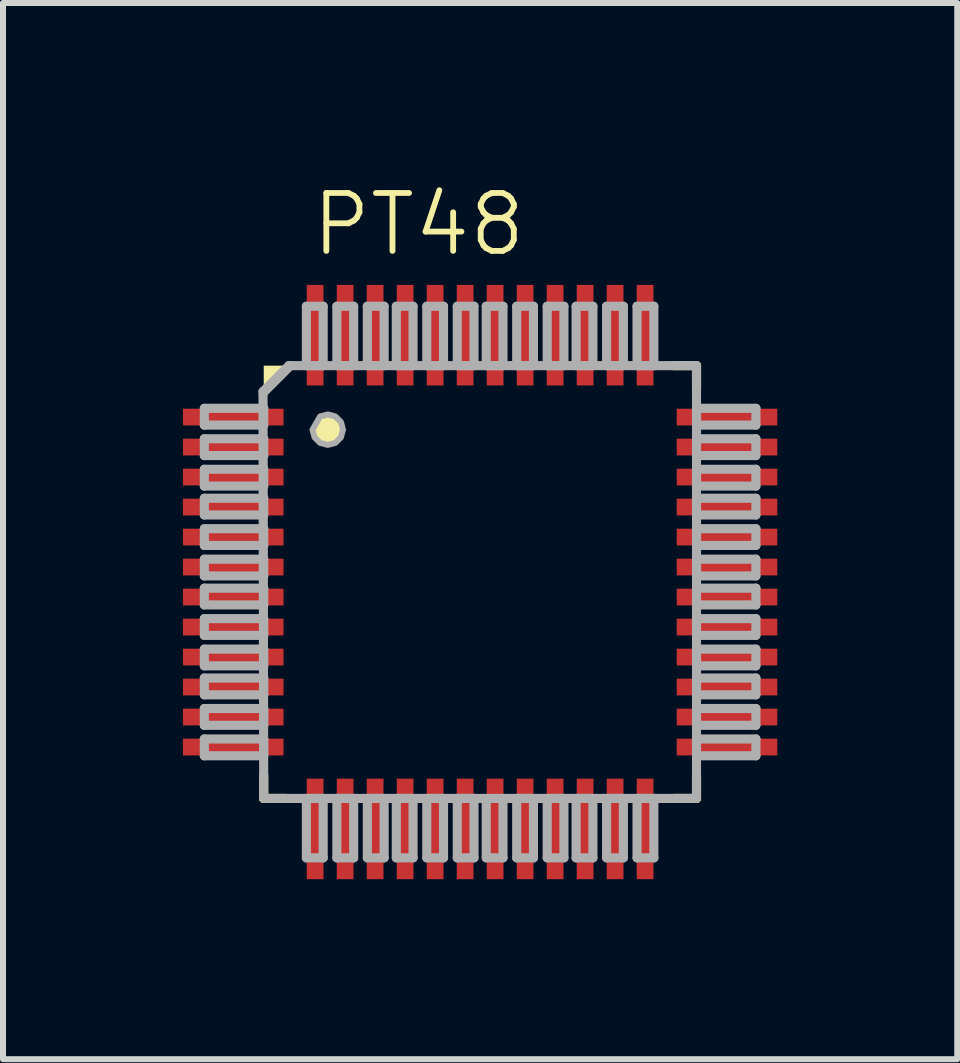
<source format=kicad_pcb>
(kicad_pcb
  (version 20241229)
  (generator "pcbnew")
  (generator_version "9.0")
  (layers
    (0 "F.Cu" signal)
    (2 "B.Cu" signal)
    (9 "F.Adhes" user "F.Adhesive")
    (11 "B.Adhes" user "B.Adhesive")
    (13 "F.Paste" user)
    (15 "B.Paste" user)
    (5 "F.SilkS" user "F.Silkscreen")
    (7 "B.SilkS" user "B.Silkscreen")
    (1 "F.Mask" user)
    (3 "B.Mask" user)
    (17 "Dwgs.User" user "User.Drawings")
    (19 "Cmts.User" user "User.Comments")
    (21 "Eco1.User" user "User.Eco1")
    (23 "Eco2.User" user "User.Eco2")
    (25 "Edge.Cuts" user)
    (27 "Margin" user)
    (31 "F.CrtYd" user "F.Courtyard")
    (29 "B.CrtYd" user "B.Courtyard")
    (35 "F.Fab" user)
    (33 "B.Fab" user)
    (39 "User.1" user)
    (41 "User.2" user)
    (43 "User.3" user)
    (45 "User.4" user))
  (footprint "PT48"
    (layer "F.Cu")
    (at 4.953 6.652)
    (property "Reference" "PT48" (at -2.857 -5.397 180) (layer "F.SilkS") (effects (font (size 0.965 0.965) (thickness 0.097)) (justify left bottom)))
    (attr through_hole)
    (fp_line (start -3.607 3.226) (end -3.607 3.607) (stroke (width 0.152) (type solid)) (layer "F.SilkS"))
    (fp_line (start -3.607 3.607) (end -3.226 3.607) (stroke (width 0.152) (type solid)) (layer "F.SilkS"))
    (fp_line (start 3.226 3.607) (end 3.607 3.607) (stroke (width 0.152) (type solid)) (layer "F.SilkS"))
    (fp_line (start 3.607 -3.607) (end 3.226 -3.607) (stroke (width 0.152) (type solid)) (layer "F.SilkS"))
    (fp_line (start 3.607 -3.226) (end 3.607 -3.607) (stroke (width 0.152) (type solid)) (layer "F.SilkS"))
    (fp_line (start 3.607 3.607) (end 3.607 3.226) (stroke (width 0.152) (type solid)) (layer "F.SilkS"))
    (fp_poly (pts (xy -3.607 -3.607) (xy -3.162 -3.607) (xy -3.607 -3.162)) (stroke (width 0) (type solid)) (fill yes) (layer "F.SilkS"))
    (fp_poly (pts (xy -2.794 -2.54) (xy -2.76 -2.413) (xy -2.667 -2.32) (xy -2.54 -2.286) (xy -2.413 -2.32) (xy -2.32 -2.413) (xy -2.286 -2.54) (xy -2.32 -2.667) (xy -2.413 -2.76) (xy -2.54 -2.794) (xy -2.667 -2.76)) (stroke (width 0) (type solid)) (fill yes) (layer "F.SilkS"))
    (fp_line (start -4.597 -2.896) (end -4.597 -2.616) (stroke (width 0.152) (type solid)) (layer "F.Fab"))
    (fp_line (start -4.597 -2.616) (end -3.607 -2.616) (stroke (width 0.152) (type solid)) (layer "F.Fab"))
    (fp_line (start -4.597 -2.388) (end -4.597 -2.108) (stroke (width 0.152) (type solid)) (layer "F.Fab"))
    (fp_line (start -4.597 -2.108) (end -3.607 -2.108) (stroke (width 0.152) (type solid)) (layer "F.Fab"))
    (fp_line (start -4.597 -1.88) (end -4.597 -1.6) (stroke (width 0.152) (type solid)) (layer "F.Fab"))
    (fp_line (start -4.597 -1.6) (end -3.607 -1.6) (stroke (width 0.152) (type solid)) (layer "F.Fab"))
    (fp_line (start -4.597 -1.397) (end -4.597 -1.118) (stroke (width 0.152) (type solid)) (layer "F.Fab"))
    (fp_line (start -4.597 -1.118) (end -3.607 -1.118) (stroke (width 0.152) (type solid)) (layer "F.Fab"))
    (fp_line (start -4.597 -0.889) (end -4.597 -0.61) (stroke (width 0.152) (type solid)) (layer "F.Fab"))
    (fp_line (start -4.597 -0.61) (end -3.607 -0.61) (stroke (width 0.152) (type solid)) (layer "F.Fab"))
    (fp_line (start -4.597 -0.381) (end -4.597 -0.102) (stroke (width 0.152) (type solid)) (layer "F.Fab"))
    (fp_line (start -4.597 -0.102) (end -3.607 -0.102) (stroke (width 0.152) (type solid)) (layer "F.Fab"))
    (fp_line (start -4.597 0.102) (end -4.597 0.381) (stroke (width 0.152) (type solid)) (layer "F.Fab"))
    (fp_line (start -4.597 0.381) (end -3.607 0.381) (stroke (width 0.152) (type solid)) (layer "F.Fab"))
    (fp_line (start -4.597 0.61) (end -4.597 0.889) (stroke (width 0.152) (type solid)) (layer "F.Fab"))
    (fp_line (start -4.597 0.889) (end -3.607 0.889) (stroke (width 0.152) (type solid)) (layer "F.Fab"))
    (fp_line (start -4.597 1.118) (end -4.597 1.397) (stroke (width 0.152) (type solid)) (layer "F.Fab"))
    (fp_line (start -4.597 1.397) (end -3.607 1.397) (stroke (width 0.152) (type solid)) (layer "F.Fab"))
    (fp_line (start -4.597 1.6) (end -4.597 1.88) (stroke (width 0.152) (type solid)) (layer "F.Fab"))
    (fp_line (start -4.597 1.88) (end -3.607 1.88) (stroke (width 0.152) (type solid)) (layer "F.Fab"))
    (fp_line (start -4.597 2.108) (end -4.597 2.388) (stroke (width 0.152) (type solid)) (layer "F.Fab"))
    (fp_line (start -4.597 2.388) (end -3.607 2.388) (stroke (width 0.152) (type solid)) (layer "F.Fab"))
    (fp_line (start -4.597 2.616) (end -4.597 2.896) (stroke (width 0.152) (type solid)) (layer "F.Fab"))
    (fp_line (start -4.597 2.896) (end -3.607 2.896) (stroke (width 0.152) (type solid)) (layer "F.Fab"))
    (fp_line (start -3.619 -3.175) (end -3.607 3.607) (stroke (width 0.152) (type solid)) (layer "F.Fab"))
    (fp_line (start -3.607 -2.896) (end -4.597 -2.896) (stroke (width 0.152) (type solid)) (layer "F.Fab"))
    (fp_line (start -3.607 -2.616) (end -3.607 -2.896) (stroke (width 0.152) (type solid)) (layer "F.Fab"))
    (fp_line (start -3.607 -2.388) (end -4.597 -2.388) (stroke (width 0.152) (type solid)) (layer "F.Fab"))
    (fp_line (start -3.607 -2.108) (end -3.607 -2.388) (stroke (width 0.152) (type solid)) (layer "F.Fab"))
    (fp_line (start -3.607 -1.88) (end -4.597 -1.88) (stroke (width 0.152) (type solid)) (layer "F.Fab"))
    (fp_line (start -3.607 -1.6) (end -3.607 -1.88) (stroke (width 0.152) (type solid)) (layer "F.Fab"))
    (fp_line (start -3.607 -1.397) (end -4.597 -1.397) (stroke (width 0.152) (type solid)) (layer "F.Fab"))
    (fp_line (start -3.607 -1.118) (end -3.607 -1.397) (stroke (width 0.152) (type solid)) (layer "F.Fab"))
    (fp_line (start -3.607 -0.889) (end -4.597 -0.889) (stroke (width 0.152) (type solid)) (layer "F.Fab"))
    (fp_line (start -3.607 -0.61) (end -3.607 -0.889) (stroke (width 0.152) (type solid)) (layer "F.Fab"))
    (fp_line (start -3.607 -0.381) (end -4.597 -0.381) (stroke (width 0.152) (type solid)) (layer "F.Fab"))
    (fp_line (start -3.607 -0.102) (end -3.607 -0.381) (stroke (width 0.152) (type solid)) (layer "F.Fab"))
    (fp_line (start -3.607 0.102) (end -4.597 0.102) (stroke (width 0.152) (type solid)) (layer "F.Fab"))
    (fp_line (start -3.607 0.381) (end -3.607 0.102) (stroke (width 0.152) (type solid)) (layer "F.Fab"))
    (fp_line (start -3.607 0.61) (end -4.597 0.61) (stroke (width 0.152) (type solid)) (layer "F.Fab"))
    (fp_line (start -3.607 0.889) (end -3.607 0.61) (stroke (width 0.152) (type solid)) (layer "F.Fab"))
    (fp_line (start -3.607 1.118) (end -4.597 1.118) (stroke (width 0.152) (type solid)) (layer "F.Fab"))
    (fp_line (start -3.607 1.397) (end -3.607 1.118) (stroke (width 0.152) (type solid)) (layer "F.Fab"))
    (fp_line (start -3.607 1.6) (end -4.597 1.6) (stroke (width 0.152) (type solid)) (layer "F.Fab"))
    (fp_line (start -3.607 1.88) (end -3.607 1.6) (stroke (width 0.152) (type solid)) (layer "F.Fab"))
    (fp_line (start -3.607 2.108) (end -4.597 2.108) (stroke (width 0.152) (type solid)) (layer "F.Fab"))
    (fp_line (start -3.607 2.388) (end -3.607 2.108) (stroke (width 0.152) (type solid)) (layer "F.Fab"))
    (fp_line (start -3.607 2.616) (end -4.597 2.616) (stroke (width 0.152) (type solid)) (layer "F.Fab"))
    (fp_line (start -3.607 2.896) (end -3.607 2.616) (stroke (width 0.152) (type solid)) (layer "F.Fab"))
    (fp_line (start -3.607 3.607) (end 3.607 3.607) (stroke (width 0.152) (type solid)) (layer "F.Fab"))
    (fp_line (start -3.188 -3.607) (end -3.619 -3.175) (stroke (width 0.152) (type solid)) (layer "F.Fab"))
    (fp_line (start -3.162 -3.607) (end -3.607 -3.162) (stroke (width 0.152) (type solid)) (layer "F.Fab"))
    (fp_line (start -3.162 -3.607) (end -3.188 -3.607) (stroke (width 0.152) (type solid)) (layer "F.Fab"))
    (fp_line (start -2.896 -4.597) (end -2.896 -3.607) (stroke (width 0.152) (type solid)) (layer "F.Fab"))
    (fp_line (start -2.896 -3.607) (end -2.616 -3.607) (stroke (width 0.152) (type solid)) (layer "F.Fab"))
    (fp_line (start -2.896 3.607) (end -2.896 4.597) (stroke (width 0.152) (type solid)) (layer "F.Fab"))
    (fp_line (start -2.896 4.597) (end -2.616 4.597) (stroke (width 0.152) (type solid)) (layer "F.Fab"))
    (fp_line (start -2.616 -4.597) (end -2.896 -4.597) (stroke (width 0.152) (type solid)) (layer "F.Fab"))
    (fp_line (start -2.616 -3.607) (end -2.616 -4.597) (stroke (width 0.152) (type solid)) (layer "F.Fab"))
    (fp_line (start -2.616 3.607) (end -2.896 3.607) (stroke (width 0.152) (type solid)) (layer "F.Fab"))
    (fp_line (start -2.616 4.597) (end -2.616 3.607) (stroke (width 0.152) (type solid)) (layer "F.Fab"))
    (fp_line (start -2.388 -4.597) (end -2.388 -3.607) (stroke (width 0.152) (type solid)) (layer "F.Fab"))
    (fp_line (start -2.388 -3.607) (end -2.108 -3.607) (stroke (width 0.152) (type solid)) (layer "F.Fab"))
    (fp_line (start -2.388 3.607) (end -2.388 4.597) (stroke (width 0.152) (type solid)) (layer "F.Fab"))
    (fp_line (start -2.388 4.597) (end -2.108 4.597) (stroke (width 0.152) (type solid)) (layer "F.Fab"))
    (fp_line (start -2.108 -4.597) (end -2.388 -4.597) (stroke (width 0.152) (type solid)) (layer "F.Fab"))
    (fp_line (start -2.108 -3.607) (end -2.108 -4.597) (stroke (width 0.152) (type solid)) (layer "F.Fab"))
    (fp_line (start -2.108 3.607) (end -2.388 3.607) (stroke (width 0.152) (type solid)) (layer "F.Fab"))
    (fp_line (start -2.108 4.597) (end -2.108 3.607) (stroke (width 0.152) (type solid)) (layer "F.Fab"))
    (fp_line (start -1.88 -4.597) (end -1.88 -3.607) (stroke (width 0.152) (type solid)) (layer "F.Fab"))
    (fp_line (start -1.88 -3.607) (end -1.6 -3.607) (stroke (width 0.152) (type solid)) (layer "F.Fab"))
    (fp_line (start -1.88 3.607) (end -1.88 4.597) (stroke (width 0.152) (type solid)) (layer "F.Fab"))
    (fp_line (start -1.88 4.597) (end -1.6 4.597) (stroke (width 0.152) (type solid)) (layer "F.Fab"))
    (fp_line (start -1.6 -4.597) (end -1.88 -4.597) (stroke (width 0.152) (type solid)) (layer "F.Fab"))
    (fp_line (start -1.6 -3.607) (end -1.6 -4.597) (stroke (width 0.152) (type solid)) (layer "F.Fab"))
    (fp_line (start -1.6 3.607) (end -1.88 3.607) (stroke (width 0.152) (type solid)) (layer "F.Fab"))
    (fp_line (start -1.6 4.597) (end -1.6 3.607) (stroke (width 0.152) (type solid)) (layer "F.Fab"))
    (fp_line (start -1.397 -4.597) (end -1.397 -3.607) (stroke (width 0.152) (type solid)) (layer "F.Fab"))
    (fp_line (start -1.397 -3.607) (end -1.118 -3.607) (stroke (width 0.152) (type solid)) (layer "F.Fab"))
    (fp_line (start -1.397 3.607) (end -1.397 4.597) (stroke (width 0.152) (type solid)) (layer "F.Fab"))
    (fp_line (start -1.397 4.597) (end -1.118 4.597) (stroke (width 0.152) (type solid)) (layer "F.Fab"))
    (fp_line (start -1.118 -4.597) (end -1.397 -4.597) (stroke (width 0.152) (type solid)) (layer "F.Fab"))
    (fp_line (start -1.118 -3.607) (end -1.118 -4.597) (stroke (width 0.152) (type solid)) (layer "F.Fab"))
    (fp_line (start -1.118 3.607) (end -1.397 3.607) (stroke (width 0.152) (type solid)) (layer "F.Fab"))
    (fp_line (start -1.118 4.597) (end -1.118 3.607) (stroke (width 0.152) (type solid)) (layer "F.Fab"))
    (fp_line (start -0.889 -4.597) (end -0.889 -3.607) (stroke (width 0.152) (type solid)) (layer "F.Fab"))
    (fp_line (start -0.889 -3.607) (end -0.61 -3.607) (stroke (width 0.152) (type solid)) (layer "F.Fab"))
    (fp_line (start -0.889 3.607) (end -0.889 4.597) (stroke (width 0.152) (type solid)) (layer "F.Fab"))
    (fp_line (start -0.889 4.597) (end -0.61 4.597) (stroke (width 0.152) (type solid)) (layer "F.Fab"))
    (fp_line (start -0.61 -4.597) (end -0.889 -4.597) (stroke (width 0.152) (type solid)) (layer "F.Fab"))
    (fp_line (start -0.61 -3.607) (end -0.61 -4.597) (stroke (width 0.152) (type solid)) (layer "F.Fab"))
    (fp_line (start -0.61 3.607) (end -0.889 3.607) (stroke (width 0.152) (type solid)) (layer "F.Fab"))
    (fp_line (start -0.61 4.597) (end -0.61 3.607) (stroke (width 0.152) (type solid)) (layer "F.Fab"))
    (fp_line (start -0.381 -4.597) (end -0.381 -3.607) (stroke (width 0.152) (type solid)) (layer "F.Fab"))
    (fp_line (start -0.381 -3.607) (end -0.102 -3.607) (stroke (width 0.152) (type solid)) (layer "F.Fab"))
    (fp_line (start -0.381 3.607) (end -0.381 4.597) (stroke (width 0.152) (type solid)) (layer "F.Fab"))
    (fp_line (start -0.381 4.597) (end -0.102 4.597) (stroke (width 0.152) (type solid)) (layer "F.Fab"))
    (fp_line (start -0.102 -4.597) (end -0.381 -4.597) (stroke (width 0.152) (type solid)) (layer "F.Fab"))
    (fp_line (start -0.102 -3.607) (end -0.102 -4.597) (stroke (width 0.152) (type solid)) (layer "F.Fab"))
    (fp_line (start -0.102 3.607) (end -0.381 3.607) (stroke (width 0.152) (type solid)) (layer "F.Fab"))
    (fp_line (start -0.102 4.597) (end -0.102 3.607) (stroke (width 0.152) (type solid)) (layer "F.Fab"))
    (fp_line (start 0.102 -4.597) (end 0.102 -3.607) (stroke (width 0.152) (type solid)) (layer "F.Fab"))
    (fp_line (start 0.102 -3.607) (end 0.381 -3.607) (stroke (width 0.152) (type solid)) (layer "F.Fab"))
    (fp_line (start 0.102 3.607) (end 0.102 4.597) (stroke (width 0.152) (type solid)) (layer "F.Fab"))
    (fp_line (start 0.102 4.597) (end 0.381 4.597) (stroke (width 0.152) (type solid)) (layer "F.Fab"))
    (fp_line (start 0.381 -4.597) (end 0.102 -4.597) (stroke (width 0.152) (type solid)) (layer "F.Fab"))
    (fp_line (start 0.381 -3.607) (end 0.381 -4.597) (stroke (width 0.152) (type solid)) (layer "F.Fab"))
    (fp_line (start 0.381 4.597) (end 0.381 3.607) (stroke (width 0.152) (type solid)) (layer "F.Fab"))
    (fp_line (start 0.61 -4.597) (end 0.61 -3.607) (stroke (width 0.152) (type solid)) (layer "F.Fab"))
    (fp_line (start 0.61 -3.607) (end 0.889 -3.607) (stroke (width 0.152) (type solid)) (layer "F.Fab"))
    (fp_line (start 0.61 3.607) (end 0.61 4.597) (stroke (width 0.152) (type solid)) (layer "F.Fab"))
    (fp_line (start 0.61 4.597) (end 0.889 4.597) (stroke (width 0.152) (type solid)) (layer "F.Fab"))
    (fp_line (start 0.889 -4.597) (end 0.61 -4.597) (stroke (width 0.152) (type solid)) (layer "F.Fab"))
    (fp_line (start 0.889 -3.607) (end 0.889 -4.597) (stroke (width 0.152) (type solid)) (layer "F.Fab"))
    (fp_line (start 0.889 3.607) (end 0.61 3.607) (stroke (width 0.152) (type solid)) (layer "F.Fab"))
    (fp_line (start 0.889 4.597) (end 0.889 3.607) (stroke (width 0.152) (type solid)) (layer "F.Fab"))
    (fp_line (start 1.118 -4.597) (end 1.118 -3.607) (stroke (width 0.152) (type solid)) (layer "F.Fab"))
    (fp_line (start 1.118 -3.607) (end 1.397 -3.607) (stroke (width 0.152) (type solid)) (layer "F.Fab"))
    (fp_line (start 1.118 3.607) (end 1.118 4.597) (stroke (width 0.152) (type solid)) (layer "F.Fab"))
    (fp_line (start 1.118 4.597) (end 1.397 4.597) (stroke (width 0.152) (type solid)) (layer "F.Fab"))
    (fp_line (start 1.397 -4.597) (end 1.118 -4.597) (stroke (width 0.152) (type solid)) (layer "F.Fab"))
    (fp_line (start 1.397 -3.607) (end 1.397 -4.597) (stroke (width 0.152) (type solid)) (layer "F.Fab"))
    (fp_line (start 1.397 3.607) (end 1.118 3.607) (stroke (width 0.152) (type solid)) (layer "F.Fab"))
    (fp_line (start 1.397 4.597) (end 1.397 3.607) (stroke (width 0.152) (type solid)) (layer "F.Fab"))
    (fp_line (start 1.6 -4.597) (end 1.6 -3.607) (stroke (width 0.152) (type solid)) (layer "F.Fab"))
    (fp_line (start 1.6 -3.607) (end 1.88 -3.607) (stroke (width 0.152) (type solid)) (layer "F.Fab"))
    (fp_line (start 1.6 3.607) (end 1.6 4.597) (stroke (width 0.152) (type solid)) (layer "F.Fab"))
    (fp_line (start 1.6 4.597) (end 1.88 4.597) (stroke (width 0.152) (type solid)) (layer "F.Fab"))
    (fp_line (start 1.88 -4.597) (end 1.6 -4.597) (stroke (width 0.152) (type solid)) (layer "F.Fab"))
    (fp_line (start 1.88 -3.607) (end 1.88 -4.597) (stroke (width 0.152) (type solid)) (layer "F.Fab"))
    (fp_line (start 1.88 3.607) (end 1.6 3.607) (stroke (width 0.152) (type solid)) (layer "F.Fab"))
    (fp_line (start 1.88 4.597) (end 1.88 3.607) (stroke (width 0.152) (type solid)) (layer "F.Fab"))
    (fp_line (start 2.108 -4.597) (end 2.108 -3.607) (stroke (width 0.152) (type solid)) (layer "F.Fab"))
    (fp_line (start 2.108 -3.607) (end 2.388 -3.607) (stroke (width 0.152) (type solid)) (layer "F.Fab"))
    (fp_line (start 2.108 3.607) (end 2.108 4.597) (stroke (width 0.152) (type solid)) (layer "F.Fab"))
    (fp_line (start 2.108 4.597) (end 2.388 4.597) (stroke (width 0.152) (type solid)) (layer "F.Fab"))
    (fp_line (start 2.388 -4.597) (end 2.108 -4.597) (stroke (width 0.152) (type solid)) (layer "F.Fab"))
    (fp_line (start 2.388 -3.607) (end 2.388 -4.597) (stroke (width 0.152) (type solid)) (layer "F.Fab"))
    (fp_line (start 2.388 3.607) (end 2.108 3.607) (stroke (width 0.152) (type solid)) (layer "F.Fab"))
    (fp_line (start 2.388 4.597) (end 2.388 3.607) (stroke (width 0.152) (type solid)) (layer "F.Fab"))
    (fp_line (start 2.616 -4.597) (end 2.616 -3.607) (stroke (width 0.152) (type solid)) (layer "F.Fab"))
    (fp_line (start 2.616 -3.607) (end 2.896 -3.607) (stroke (width 0.152) (type solid)) (layer "F.Fab"))
    (fp_line (start 2.616 3.607) (end 2.616 4.597) (stroke (width 0.152) (type solid)) (layer "F.Fab"))
    (fp_line (start 2.616 4.597) (end 2.896 4.597) (stroke (width 0.152) (type solid)) (layer "F.Fab"))
    (fp_line (start 2.896 -4.597) (end 2.616 -4.597) (stroke (width 0.152) (type solid)) (layer "F.Fab"))
    (fp_line (start 2.896 -3.607) (end 2.896 -4.597) (stroke (width 0.152) (type solid)) (layer "F.Fab"))
    (fp_line (start 2.896 3.607) (end 2.616 3.607) (stroke (width 0.152) (type solid)) (layer "F.Fab"))
    (fp_line (start 2.896 4.597) (end 2.896 3.607) (stroke (width 0.152) (type solid)) (layer "F.Fab"))
    (fp_line (start 3.607 -3.607) (end -3.162 -3.607) (stroke (width 0.152) (type solid)) (layer "F.Fab"))
    (fp_line (start 3.607 -2.896) (end 3.607 -2.616) (stroke (width 0.152) (type solid)) (layer "F.Fab"))
    (fp_line (start 3.607 -2.616) (end 4.597 -2.616) (stroke (width 0.152) (type solid)) (layer "F.Fab"))
    (fp_line (start 3.607 -2.388) (end 3.607 -2.108) (stroke (width 0.152) (type solid)) (layer "F.Fab"))
    (fp_line (start 3.607 -2.108) (end 4.597 -2.108) (stroke (width 0.152) (type solid)) (layer "F.Fab"))
    (fp_line (start 3.607 -1.88) (end 3.607 -1.6) (stroke (width 0.152) (type solid)) (layer "F.Fab"))
    (fp_line (start 3.607 -1.6) (end 4.597 -1.6) (stroke (width 0.152) (type solid)) (layer "F.Fab"))
    (fp_line (start 3.607 -1.397) (end 3.607 -1.118) (stroke (width 0.152) (type solid)) (layer "F.Fab"))
    (fp_line (start 3.607 -1.118) (end 4.597 -1.118) (stroke (width 0.152) (type solid)) (layer "F.Fab"))
    (fp_line (start 3.607 -0.889) (end 3.607 -0.61) (stroke (width 0.152) (type solid)) (layer "F.Fab"))
    (fp_line (start 3.607 -0.61) (end 4.597 -0.61) (stroke (width 0.152) (type solid)) (layer "F.Fab"))
    (fp_line (start 3.607 -0.381) (end 3.607 -0.102) (stroke (width 0.152) (type solid)) (layer "F.Fab"))
    (fp_line (start 3.607 -0.102) (end 4.597 -0.102) (stroke (width 0.152) (type solid)) (layer "F.Fab"))
    (fp_line (start 3.607 0.102) (end 3.607 0.381) (stroke (width 0.152) (type solid)) (layer "F.Fab"))
    (fp_line (start 3.607 0.381) (end 4.597 0.381) (stroke (width 0.152) (type solid)) (layer "F.Fab"))
    (fp_line (start 3.607 0.61) (end 3.607 0.889) (stroke (width 0.152) (type solid)) (layer "F.Fab"))
    (fp_line (start 3.607 0.889) (end 4.597 0.889) (stroke (width 0.152) (type solid)) (layer "F.Fab"))
    (fp_line (start 3.607 1.118) (end 3.607 1.397) (stroke (width 0.152) (type solid)) (layer "F.Fab"))
    (fp_line (start 3.607 1.397) (end 4.597 1.397) (stroke (width 0.152) (type solid)) (layer "F.Fab"))
    (fp_line (start 3.607 1.6) (end 3.607 1.88) (stroke (width 0.152) (type solid)) (layer "F.Fab"))
    (fp_line (start 3.607 1.88) (end 4.597 1.88) (stroke (width 0.152) (type solid)) (layer "F.Fab"))
    (fp_line (start 3.607 2.108) (end 3.607 2.388) (stroke (width 0.152) (type solid)) (layer "F.Fab"))
    (fp_line (start 3.607 2.388) (end 4.597 2.388) (stroke (width 0.152) (type solid)) (layer "F.Fab"))
    (fp_line (start 3.607 2.616) (end 3.607 2.896) (stroke (width 0.152) (type solid)) (layer "F.Fab"))
    (fp_line (start 3.607 2.896) (end 4.597 2.896) (stroke (width 0.152) (type solid)) (layer "F.Fab"))
    (fp_line (start 3.607 3.607) (end 3.607 -3.607) (stroke (width 0.152) (type solid)) (layer "F.Fab"))
    (fp_line (start 4.597 -2.896) (end 3.607 -2.896) (stroke (width 0.152) (type solid)) (layer "F.Fab"))
    (fp_line (start 4.597 -2.616) (end 4.597 -2.896) (stroke (width 0.152) (type solid)) (layer "F.Fab"))
    (fp_line (start 4.597 -2.388) (end 3.607 -2.388) (stroke (width 0.152) (type solid)) (layer "F.Fab"))
    (fp_line (start 4.597 -2.108) (end 4.597 -2.388) (stroke (width 0.152) (type solid)) (layer "F.Fab"))
    (fp_line (start 4.597 -1.88) (end 3.607 -1.88) (stroke (width 0.152) (type solid)) (layer "F.Fab"))
    (fp_line (start 4.597 -1.6) (end 4.597 -1.88) (stroke (width 0.152) (type solid)) (layer "F.Fab"))
    (fp_line (start 4.597 -1.397) (end 3.607 -1.397) (stroke (width 0.152) (type solid)) (layer "F.Fab"))
    (fp_line (start 4.597 -1.118) (end 4.597 -1.397) (stroke (width 0.152) (type solid)) (layer "F.Fab"))
    (fp_line (start 4.597 -0.889) (end 3.607 -0.889) (stroke (width 0.152) (type solid)) (layer "F.Fab"))
    (fp_line (start 4.597 -0.61) (end 4.597 -0.889) (stroke (width 0.152) (type solid)) (layer "F.Fab"))
    (fp_line (start 4.597 -0.381) (end 3.607 -0.381) (stroke (width 0.152) (type solid)) (layer "F.Fab"))
    (fp_line (start 4.597 -0.102) (end 4.597 -0.381) (stroke (width 0.152) (type solid)) (layer "F.Fab"))
    (fp_line (start 4.597 0.102) (end 3.607 0.102) (stroke (width 0.152) (type solid)) (layer "F.Fab"))
    (fp_line (start 4.597 0.381) (end 4.597 0.102) (stroke (width 0.152) (type solid)) (layer "F.Fab"))
    (fp_line (start 4.597 0.61) (end 3.607 0.61) (stroke (width 0.152) (type solid)) (layer "F.Fab"))
    (fp_line (start 4.597 0.889) (end 4.597 0.61) (stroke (width 0.152) (type solid)) (layer "F.Fab"))
    (fp_line (start 4.597 1.118) (end 3.607 1.118) (stroke (width 0.152) (type solid)) (layer "F.Fab"))
    (fp_line (start 4.597 1.397) (end 4.597 1.118) (stroke (width 0.152) (type solid)) (layer "F.Fab"))
    (fp_line (start 4.597 1.6) (end 3.607 1.6) (stroke (width 0.152) (type solid)) (layer "F.Fab"))
    (fp_line (start 4.597 1.88) (end 4.597 1.6) (stroke (width 0.152) (type solid)) (layer "F.Fab"))
    (fp_line (start 4.597 2.108) (end 3.607 2.108) (stroke (width 0.152) (type solid)) (layer "F.Fab"))
    (fp_line (start 4.597 2.388) (end 4.597 2.108) (stroke (width 0.152) (type solid)) (layer "F.Fab"))
    (fp_line (start 4.597 2.616) (end 3.607 2.616) (stroke (width 0.152) (type solid)) (layer "F.Fab"))
    (fp_line (start 4.597 2.896) (end 4.597 2.616) (stroke (width 0.152) (type solid)) (layer "F.Fab"))
    (fp_poly (pts (xy -2.794 -2.54) (xy -2.76 -2.413) (xy -2.667 -2.32) (xy -2.54 -2.286) (xy -2.413 -2.32) (xy -2.32 -2.413) (xy -2.286 -2.54) (xy -2.32 -2.667) (xy -2.413 -2.76) (xy -2.54 -2.794) (xy -2.667 -2.76)) (stroke (width 0.1) (type solid)) (fill no) (layer "F.Fab"))
    (pad "1" smd rect (at -4.115 -2.75 270) (size 0.279 1.676) (layers "F.Cu" "F.Mask" "F.Paste"))
    (pad "2" smd rect (at -4.115 -2.25 270) (size 0.279 1.676) (layers "F.Cu" "F.Mask" "F.Paste"))
    (pad "3" smd rect (at -4.115 -1.75 270) (size 0.279 1.676) (layers "F.Cu" "F.Mask" "F.Paste"))
    (pad "4" smd rect (at -4.115 -1.25 270) (size 0.279 1.676) (layers "F.Cu" "F.Mask" "F.Paste"))
    (pad "5" smd rect (at -4.115 -0.75 270) (size 0.279 1.676) (layers "F.Cu" "F.Mask" "F.Paste"))
    (pad "6" smd rect (at -4.115 -0.25 270) (size 0.279 1.676) (layers "F.Cu" "F.Mask" "F.Paste"))
    (pad "7" smd rect (at -4.115 0.25 270) (size 0.279 1.676) (layers "F.Cu" "F.Mask" "F.Paste"))
    (pad "8" smd rect (at -4.115 0.75 270) (size 0.279 1.676) (layers "F.Cu" "F.Mask" "F.Paste"))
    (pad "9" smd rect (at -4.115 1.25 270) (size 0.279 1.676) (layers "F.Cu" "F.Mask" "F.Paste"))
    (pad "10" smd rect (at -4.115 1.75 270) (size 0.279 1.676) (layers "F.Cu" "F.Mask" "F.Paste"))
    (pad "11" smd rect (at -4.115 2.25 270) (size 0.279 1.676) (layers "F.Cu" "F.Mask" "F.Paste"))
    (pad "12" smd rect (at -4.115 2.75 270) (size 0.279 1.676) (layers "F.Cu" "F.Mask" "F.Paste"))
    (pad "13" smd rect (at -2.75 4.115 180) (size 0.279 1.676) (layers "F.Cu" "F.Mask" "F.Paste"))
    (pad "14" smd rect (at -2.25 4.115 180) (size 0.279 1.676) (layers "F.Cu" "F.Mask" "F.Paste"))
    (pad "15" smd rect (at -1.75 4.115 180) (size 0.279 1.676) (layers "F.Cu" "F.Mask" "F.Paste"))
    (pad "16" smd rect (at -1.25 4.115 180) (size 0.279 1.676) (layers "F.Cu" "F.Mask" "F.Paste"))
    (pad "17" smd rect (at -0.75 4.115 180) (size 0.279 1.676) (layers "F.Cu" "F.Mask" "F.Paste"))
    (pad "18" smd rect (at -0.25 4.115 180) (size 0.279 1.676) (layers "F.Cu" "F.Mask" "F.Paste"))
    (pad "19" smd rect (at 0.25 4.115 180) (size 0.279 1.676) (layers "F.Cu" "F.Mask" "F.Paste"))
    (pad "20" smd rect (at 0.75 4.115 180) (size 0.279 1.676) (layers "F.Cu" "F.Mask" "F.Paste"))
    (pad "21" smd rect (at 1.25 4.115 180) (size 0.279 1.676) (layers "F.Cu" "F.Mask" "F.Paste"))
    (pad "22" smd rect (at 1.75 4.115 180) (size 0.279 1.676) (layers "F.Cu" "F.Mask" "F.Paste"))
    (pad "23" smd rect (at 2.25 4.115 180) (size 0.279 1.676) (layers "F.Cu" "F.Mask" "F.Paste"))
    (pad "24" smd rect (at 2.75 4.115 180) (size 0.279 1.676) (layers "F.Cu" "F.Mask" "F.Paste"))
    (pad "25" smd rect (at 4.115 2.75 270) (size 0.279 1.676) (layers "F.Cu" "F.Mask" "F.Paste"))
    (pad "26" smd rect (at 4.115 2.25 270) (size 0.279 1.676) (layers "F.Cu" "F.Mask" "F.Paste"))
    (pad "27" smd rect (at 4.115 1.75 270) (size 0.279 1.676) (layers "F.Cu" "F.Mask" "F.Paste"))
    (pad "28" smd rect (at 4.115 1.25 270) (size 0.279 1.676) (layers "F.Cu" "F.Mask" "F.Paste"))
    (pad "29" smd rect (at 4.115 0.75 270) (size 0.279 1.676) (layers "F.Cu" "F.Mask" "F.Paste"))
    (pad "30" smd rect (at 4.115 0.25 270) (size 0.279 1.676) (layers "F.Cu" "F.Mask" "F.Paste"))
    (pad "31" smd rect (at 4.115 -0.25 270) (size 0.279 1.676) (layers "F.Cu" "F.Mask" "F.Paste"))
    (pad "32" smd rect (at 4.115 -0.75 270) (size 0.279 1.676) (layers "F.Cu" "F.Mask" "F.Paste"))
    (pad "33" smd rect (at 4.115 -1.25 270) (size 0.279 1.676) (layers "F.Cu" "F.Mask" "F.Paste"))
    (pad "34" smd rect (at 4.115 -1.75 270) (size 0.279 1.676) (layers "F.Cu" "F.Mask" "F.Paste"))
    (pad "35" smd rect (at 4.115 -2.25 270) (size 0.279 1.676) (layers "F.Cu" "F.Mask" "F.Paste"))
    (pad "36" smd rect (at 4.115 -2.75 270) (size 0.279 1.676) (layers "F.Cu" "F.Mask" "F.Paste"))
    (pad "37" smd rect (at 2.75 -4.115 180) (size 0.279 1.676) (layers "F.Cu" "F.Mask" "F.Paste"))
    (pad "38" smd rect (at 2.25 -4.115 180) (size 0.279 1.676) (layers "F.Cu" "F.Mask" "F.Paste"))
    (pad "39" smd rect (at 1.75 -4.115 180) (size 0.279 1.676) (layers "F.Cu" "F.Mask" "F.Paste"))
    (pad "40" smd rect (at 1.25 -4.115 180) (size 0.279 1.676) (layers "F.Cu" "F.Mask" "F.Paste"))
    (pad "41" smd rect (at 0.75 -4.115 180) (size 0.279 1.676) (layers "F.Cu" "F.Mask" "F.Paste"))
    (pad "42" smd rect (at 0.25 -4.115 180) (size 0.279 1.676) (layers "F.Cu" "F.Mask" "F.Paste"))
    (pad "43" smd rect (at -0.25 -4.115 180) (size 0.279 1.676) (layers "F.Cu" "F.Mask" "F.Paste"))
    (pad "44" smd rect (at -0.75 -4.115 180) (size 0.279 1.676) (layers "F.Cu" "F.Mask" "F.Paste"))
    (pad "45" smd rect (at -1.25 -4.115 180) (size 0.279 1.676) (layers "F.Cu" "F.Mask" "F.Paste"))
    (pad "46" smd rect (at -1.75 -4.115 180) (size 0.279 1.676) (layers "F.Cu" "F.Mask" "F.Paste"))
    (pad "47" smd rect (at -2.25 -4.115 180) (size 0.279 1.676) (layers "F.Cu" "F.Mask" "F.Paste"))
    (pad "48" smd rect (at -2.75 -4.115 180) (size 0.279 1.676) (layers "F.Cu" "F.Mask" "F.Paste")))
  (gr_rect
    (start -3 -3)
    (end 12.906 14.605)
    (stroke (width 0.1) (type default))
    (fill no)
    (layer "Edge.Cuts")))
</source>
